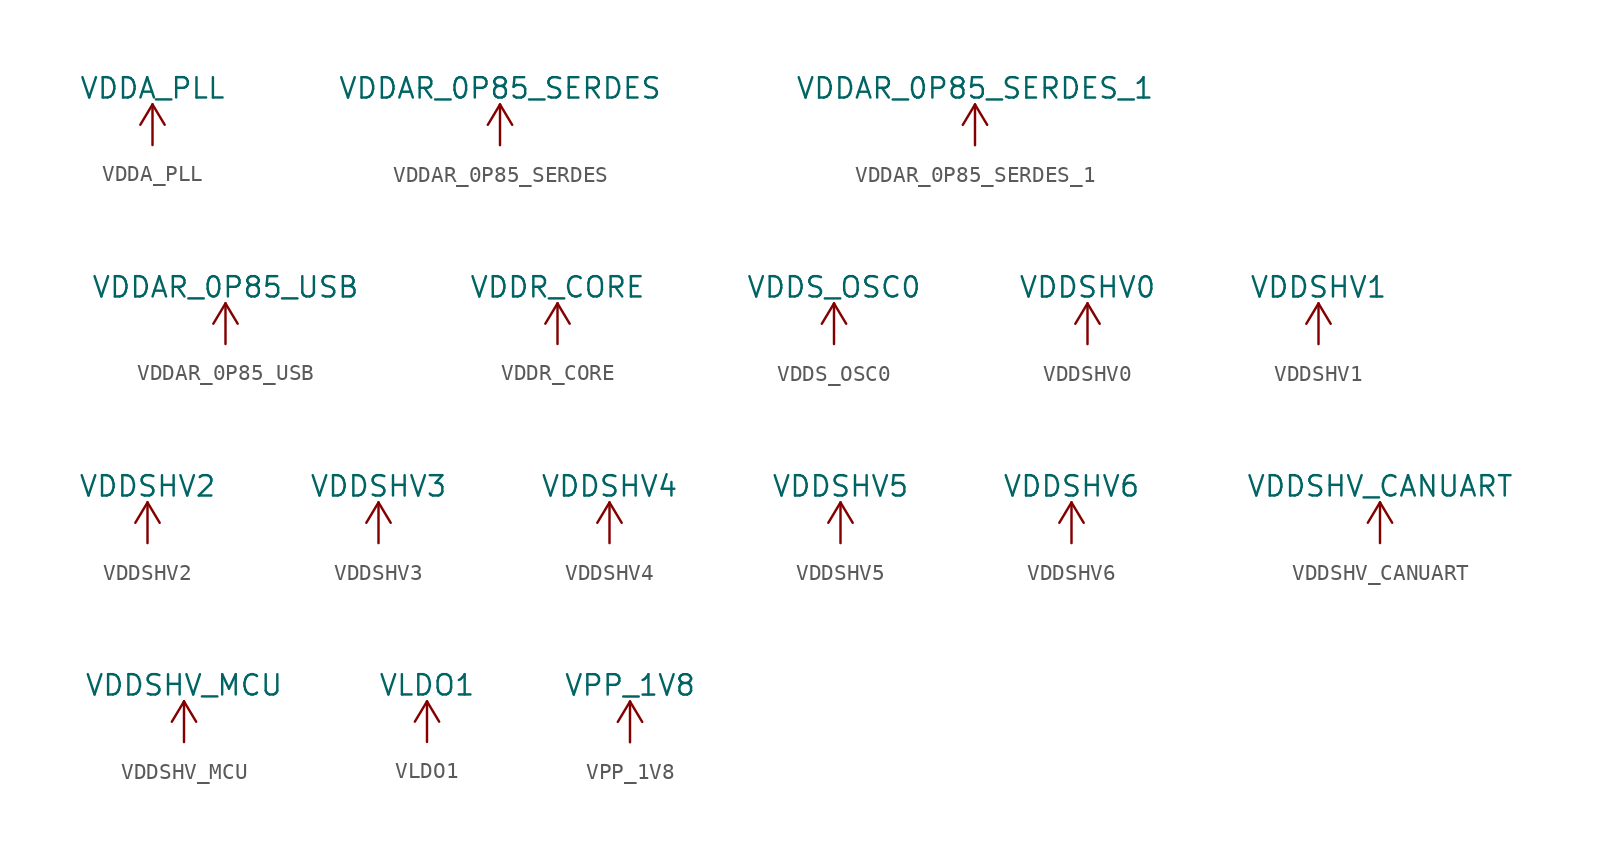
<source format=kicad_sym>
(kicad_symbol_lib
  (version 20220914)
  (generator kicad_symbol_editor)
  (symbol "VDDA_PLL"
    (power)
    (pin_numbers hide)
    (pin_names hide)
    (property "Reference" "#PWR"
      (at -4.318 -1.016 0)
      (effects (font (size 1.27 1.27)) hide))
    (property "Value" "VDDA_PLL"
      (at 0 3.556 0)
      (effects (font (size 1.27 1.27))))
    (symbol "VDDA_PLL_0_1"
      (polyline (pts (xy -0.762 1.27) (xy 0 2.54)) (stroke (width 0) (type default)) (fill (type none)))
      (polyline (pts (xy 0 0) (xy 0 2.54)) (stroke (width 0) (type default)) (fill (type none)))
      (polyline (pts (xy 0 2.54) (xy 0.762 1.27)) (stroke (width 0) (type default)) (fill (type none))))
    (symbol "VDDA_PLL_1_1"
      (pin power_in line (at 0 0 90) (length 0) hide (name "VDDA_PLL" (effects (font (size 1.27 1.27)))) (number "1" (effects (font (size 1.27 1.27)))))))
  (symbol "VDDAR_0P85_SERDES"
    (power)
    (pin_numbers hide)
    (pin_names hide)
    (property "Reference" "#PWR"
      (at -4.318 -1.016 0)
      (effects (font (size 1.27 1.27)) hide))
    (property "Value" "VDDAR_0P85_SERDES"
      (at 0 3.556 0)
      (effects (font (size 1.27 1.27))))
    (symbol "VDDAR_0P85_SERDES_0_1"
      (polyline (pts (xy -0.762 1.27) (xy 0 2.54)) (stroke (width 0) (type default)) (fill (type none)))
      (polyline (pts (xy 0 0) (xy 0 2.54)) (stroke (width 0) (type default)) (fill (type none)))
      (polyline (pts (xy 0 2.54) (xy 0.762 1.27)) (stroke (width 0) (type default)) (fill (type none))))
    (symbol "VDDAR_0P85_SERDES_1_1"
      (pin power_in line (at 0 0 90) (length 0) hide (name "VDDAR_0P85_SERDES" (effects (font (size 1.27 1.27)))) (number "1" (effects (font (size 1.27 1.27)))))))
  (symbol "VDDAR_0P85_SERDES_1"
    (power)
    (pin_numbers hide)
    (pin_names hide)
    (property "Reference" "#PWR"
      (at -4.318 -1.016 0)
      (effects (font (size 1.27 1.27)) hide))
    (property "Value" "VDDAR_0P85_SERDES_1"
      (at 0 3.556 0)
      (effects (font (size 1.27 1.27))))
    (symbol "VDDAR_0P85_SERDES_1_0_1"
      (polyline (pts (xy -0.762 1.27) (xy 0 2.54)) (stroke (width 0) (type default)) (fill (type none)))
      (polyline (pts (xy 0 0) (xy 0 2.54)) (stroke (width 0) (type default)) (fill (type none)))
      (polyline (pts (xy 0 2.54) (xy 0.762 1.27)) (stroke (width 0) (type default)) (fill (type none))))
    (symbol "VDDAR_0P85_SERDES_1_1_1"
      (pin power_in line (at 0 0 90) (length 0) hide (name "VDDAR_0P85_SERDES_1" (effects (font (size 1.27 1.27)))) (number "1" (effects (font (size 1.27 1.27)))))))
  (symbol "VDDAR_0P85_USB"
    (power)
    (pin_numbers hide)
    (pin_names hide)
    (property "Reference" "#PWR"
      (at -4.318 -1.016 0)
      (effects (font (size 1.27 1.27)) hide))
    (property "Value" "VDDAR_0P85_USB"
      (at 0 3.556 0)
      (effects (font (size 1.27 1.27))))
    (symbol "VDDAR_0P85_USB_0_1"
      (polyline (pts (xy -0.762 1.27) (xy 0 2.54)) (stroke (width 0) (type default)) (fill (type none)))
      (polyline (pts (xy 0 0) (xy 0 2.54)) (stroke (width 0) (type default)) (fill (type none)))
      (polyline (pts (xy 0 2.54) (xy 0.762 1.27)) (stroke (width 0) (type default)) (fill (type none))))
    (symbol "VDDAR_0P85_USB_1_1"
      (pin power_in line (at 0 0 90) (length 0) hide (name "VDDAR_0P85_USB" (effects (font (size 1.27 1.27)))) (number "1" (effects (font (size 1.27 1.27)))))))
  (symbol "VDDR_CORE"
    (power)
    (pin_numbers hide)
    (pin_names hide)
    (property "Reference" "#PWR"
      (at -4.318 -1.016 0)
      (effects (font (size 1.27 1.27)) hide))
    (property "Value" "VDDR_CORE"
      (at 0 3.556 0)
      (effects (font (size 1.27 1.27))))
    (symbol "VDDR_CORE_0_1"
      (polyline (pts (xy -0.762 1.27) (xy 0 2.54)) (stroke (width 0) (type default)) (fill (type none)))
      (polyline (pts (xy 0 0) (xy 0 2.54)) (stroke (width 0) (type default)) (fill (type none)))
      (polyline (pts (xy 0 2.54) (xy 0.762 1.27)) (stroke (width 0) (type default)) (fill (type none))))
    (symbol "VDDR_CORE_1_1"
      (pin power_in line (at 0 0 90) (length 0) hide (name "VDDR_CORE" (effects (font (size 1.27 1.27)))) (number "1" (effects (font (size 1.27 1.27)))))))
  (symbol "VDDS_OSC0"
    (power)
    (pin_numbers hide)
    (pin_names hide)
    (property "Reference" "#PWR"
      (at -4.318 -1.016 0)
      (effects (font (size 1.27 1.27)) hide))
    (property "Value" "VDDS_OSC0"
      (at 0 3.556 0)
      (effects (font (size 1.27 1.27))))
    (symbol "VDDS_OSC0_0_1"
      (polyline (pts (xy -0.762 1.27) (xy 0 2.54)) (stroke (width 0) (type default)) (fill (type none)))
      (polyline (pts (xy 0 0) (xy 0 2.54)) (stroke (width 0) (type default)) (fill (type none)))
      (polyline (pts (xy 0 2.54) (xy 0.762 1.27)) (stroke (width 0) (type default)) (fill (type none))))
    (symbol "VDDS_OSC0_1_1"
      (pin power_in line (at 0 0 90) (length 0) hide (name "VDDS_OSC0" (effects (font (size 1.27 1.27)))) (number "1" (effects (font (size 1.27 1.27)))))))
  (symbol "VDDSHV0"
    (power)
    (pin_numbers hide)
    (pin_names hide)
    (property "Reference" "#PWR"
      (at -4.318 -1.016 0)
      (effects (font (size 1.27 1.27)) hide))
    (property "Value" "VDDSHV0"
      (at 0 3.556 0)
      (effects (font (size 1.27 1.27))))
    (symbol "VDDSHV0_0_1"
      (polyline (pts (xy -0.762 1.27) (xy 0 2.54)) (stroke (width 0) (type default)) (fill (type none)))
      (polyline (pts (xy 0 0) (xy 0 2.54)) (stroke (width 0) (type default)) (fill (type none)))
      (polyline (pts (xy 0 2.54) (xy 0.762 1.27)) (stroke (width 0) (type default)) (fill (type none))))
    (symbol "VDDSHV0_1_1"
      (pin power_in line (at 0 0 90) (length 0) hide (name "VDDSHV0" (effects (font (size 1.27 1.27)))) (number "1" (effects (font (size 1.27 1.27)))))))
  (symbol "VDDSHV1"
    (power)
    (pin_numbers hide)
    (pin_names hide)
    (property "Reference" "#PWR"
      (at -4.318 -1.016 0)
      (effects (font (size 1.27 1.27)) hide))
    (property "Value" "VDDSHV1"
      (at 0 3.556 0)
      (effects (font (size 1.27 1.27))))
    (symbol "VDDSHV1_0_1"
      (polyline (pts (xy -0.762 1.27) (xy 0 2.54)) (stroke (width 0) (type default)) (fill (type none)))
      (polyline (pts (xy 0 0) (xy 0 2.54)) (stroke (width 0) (type default)) (fill (type none)))
      (polyline (pts (xy 0 2.54) (xy 0.762 1.27)) (stroke (width 0) (type default)) (fill (type none))))
    (symbol "VDDSHV1_1_1"
      (pin power_in line (at 0 0 90) (length 0) hide (name "VDDSHV1" (effects (font (size 1.27 1.27)))) (number "1" (effects (font (size 1.27 1.27)))))))
  (symbol "VDDSHV2"
    (power)
    (pin_numbers hide)
    (pin_names hide)
    (property "Reference" "#PWR"
      (at -4.318 -1.016 0)
      (effects (font (size 1.27 1.27)) hide))
    (property "Value" "VDDSHV2"
      (at 0 3.556 0)
      (effects (font (size 1.27 1.27))))
    (symbol "VDDSHV2_0_1"
      (polyline (pts (xy -0.762 1.27) (xy 0 2.54)) (stroke (width 0) (type default)) (fill (type none)))
      (polyline (pts (xy 0 0) (xy 0 2.54)) (stroke (width 0) (type default)) (fill (type none)))
      (polyline (pts (xy 0 2.54) (xy 0.762 1.27)) (stroke (width 0) (type default)) (fill (type none))))
    (symbol "VDDSHV2_1_1"
      (pin power_in line (at 0 0 90) (length 0) hide (name "VDDSHV2" (effects (font (size 1.27 1.27)))) (number "1" (effects (font (size 1.27 1.27)))))))
  (symbol "VDDSHV3"
    (power)
    (pin_numbers hide)
    (pin_names hide)
    (property "Reference" "#PWR"
      (at -4.318 -1.016 0)
      (effects (font (size 1.27 1.27)) hide))
    (property "Value" "VDDSHV3"
      (at 0 3.556 0)
      (effects (font (size 1.27 1.27))))
    (symbol "VDDSHV3_0_1"
      (polyline (pts (xy -0.762 1.27) (xy 0 2.54)) (stroke (width 0) (type default)) (fill (type none)))
      (polyline (pts (xy 0 0) (xy 0 2.54)) (stroke (width 0) (type default)) (fill (type none)))
      (polyline (pts (xy 0 2.54) (xy 0.762 1.27)) (stroke (width 0) (type default)) (fill (type none))))
    (symbol "VDDSHV3_1_1"
      (pin power_in line (at 0 0 90) (length 0) hide (name "VDDSHV3" (effects (font (size 1.27 1.27)))) (number "1" (effects (font (size 1.27 1.27)))))))
  (symbol "VDDSHV4"
    (power)
    (pin_numbers hide)
    (pin_names hide)
    (property "Reference" "#PWR"
      (at -4.318 -1.016 0)
      (effects (font (size 1.27 1.27)) hide))
    (property "Value" "VDDSHV4"
      (at 0 3.556 0)
      (effects (font (size 1.27 1.27))))
    (symbol "VDDSHV4_0_1"
      (polyline (pts (xy -0.762 1.27) (xy 0 2.54)) (stroke (width 0) (type default)) (fill (type none)))
      (polyline (pts (xy 0 0) (xy 0 2.54)) (stroke (width 0) (type default)) (fill (type none)))
      (polyline (pts (xy 0 2.54) (xy 0.762 1.27)) (stroke (width 0) (type default)) (fill (type none))))
    (symbol "VDDSHV4_1_1"
      (pin power_in line (at 0 0 90) (length 0) hide (name "VDDSHV4" (effects (font (size 1.27 1.27)))) (number "1" (effects (font (size 1.27 1.27)))))))
  (symbol "VDDSHV5"
    (power)
    (pin_numbers hide)
    (pin_names hide)
    (property "Reference" "#PWR"
      (at -4.318 -1.016 0)
      (effects (font (size 1.27 1.27)) hide))
    (property "Value" "VDDSHV5"
      (at 0 3.556 0)
      (effects (font (size 1.27 1.27))))
    (symbol "VDDSHV5_0_1"
      (polyline (pts (xy -0.762 1.27) (xy 0 2.54)) (stroke (width 0) (type default)) (fill (type none)))
      (polyline (pts (xy 0 0) (xy 0 2.54)) (stroke (width 0) (type default)) (fill (type none)))
      (polyline (pts (xy 0 2.54) (xy 0.762 1.27)) (stroke (width 0) (type default)) (fill (type none))))
    (symbol "VDDSHV5_1_1"
      (pin power_in line (at 0 0 90) (length 0) hide (name "VDDSHV5" (effects (font (size 1.27 1.27)))) (number "1" (effects (font (size 1.27 1.27)))))))
  (symbol "VDDSHV6"
    (power)
    (pin_numbers hide)
    (pin_names hide)
    (property "Reference" "#PWR"
      (at -4.318 -1.016 0)
      (effects (font (size 1.27 1.27)) hide))
    (property "Value" "VDDSHV6"
      (at 0 3.556 0)
      (effects (font (size 1.27 1.27))))
    (symbol "VDDSHV6_0_1"
      (polyline (pts (xy -0.762 1.27) (xy 0 2.54)) (stroke (width 0) (type default)) (fill (type none)))
      (polyline (pts (xy 0 0) (xy 0 2.54)) (stroke (width 0) (type default)) (fill (type none)))
      (polyline (pts (xy 0 2.54) (xy 0.762 1.27)) (stroke (width 0) (type default)) (fill (type none))))
    (symbol "VDDSHV6_1_1"
      (pin power_in line (at 0 0 90) (length 0) hide (name "VDDSHV6" (effects (font (size 1.27 1.27)))) (number "1" (effects (font (size 1.27 1.27)))))))
  (symbol "VDDSHV_CANUART"
    (power)
    (pin_numbers hide)
    (pin_names hide)
    (property "Reference" "#PWR"
      (at -4.318 -1.016 0)
      (effects (font (size 1.27 1.27)) hide))
    (property "Value" "VDDSHV_CANUART"
      (at 0 3.556 0)
      (effects (font (size 1.27 1.27))))
    (symbol "VDDSHV_CANUART_0_1"
      (polyline (pts (xy -0.762 1.27) (xy 0 2.54)) (stroke (width 0) (type default)) (fill (type none)))
      (polyline (pts (xy 0 0) (xy 0 2.54)) (stroke (width 0) (type default)) (fill (type none)))
      (polyline (pts (xy 0 2.54) (xy 0.762 1.27)) (stroke (width 0) (type default)) (fill (type none))))
    (symbol "VDDSHV_CANUART_1_1"
      (pin power_in line (at 0 0 90) (length 0) hide (name "VDDSHV_CANUART" (effects (font (size 1.27 1.27)))) (number "1" (effects (font (size 1.27 1.27)))))))
  (symbol "VDDSHV_MCU"
    (power)
    (pin_numbers hide)
    (pin_names hide)
    (property "Reference" "#PWR"
      (at -4.318 -1.016 0)
      (effects (font (size 1.27 1.27)) hide))
    (property "Value" "VDDSHV_MCU"
      (at 0 3.556 0)
      (effects (font (size 1.27 1.27))))
    (symbol "VDDSHV_MCU_0_1"
      (polyline (pts (xy -0.762 1.27) (xy 0 2.54)) (stroke (width 0) (type default)) (fill (type none)))
      (polyline (pts (xy 0 0) (xy 0 2.54)) (stroke (width 0) (type default)) (fill (type none)))
      (polyline (pts (xy 0 2.54) (xy 0.762 1.27)) (stroke (width 0) (type default)) (fill (type none))))
    (symbol "VDDSHV_MCU_1_1"
      (pin power_in line (at 0 0 90) (length 0) hide (name "VDDSHV_MCU" (effects (font (size 1.27 1.27)))) (number "1" (effects (font (size 1.27 1.27)))))))
  (symbol "VLDO1"
    (power)
    (pin_numbers hide)
    (pin_names hide)
    (property "Reference" "#PWR"
      (at 0 -12.446 90)
      (effects (font (size 1.27 1.27)) hide))
    (property "Value" "VLDO1"
      (at 0 3.556 0)
      (effects (font (size 1.27 1.27))))
    (symbol "VLDO1_0_1"
      (polyline (pts (xy -0.762 1.27) (xy 0 2.54)) (stroke (width 0) (type default)) (fill (type none)))
      (polyline (pts (xy 0 0) (xy 0 2.54)) (stroke (width 0) (type default)) (fill (type none)))
      (polyline (pts (xy 0 2.54) (xy 0.762 1.27)) (stroke (width 0) (type default)) (fill (type none))))
    (symbol "VLDO1_1_1"
      (pin power_in line (at 0 0 90) (length 0) hide (name "VLDO1" (effects (font (size 1.27 1.27)))) (number "1" (effects (font (size 1.27 1.27)))))))
  (symbol "VPP_1V8"
    (power)
    (pin_numbers hide)
    (pin_names hide)
    (property "Reference" "#PWR"
      (at -4.318 -1.016 0)
      (effects (font (size 1.27 1.27)) hide))
    (property "Value" "VPP_1V8"
      (at 0 3.556 0)
      (effects (font (size 1.27 1.27))))
    (symbol "VPP_1V8_0_1"
      (polyline (pts (xy -0.762 1.27) (xy 0 2.54)) (stroke (width 0) (type default)) (fill (type none)))
      (polyline (pts (xy 0 0) (xy 0 2.54)) (stroke (width 0) (type default)) (fill (type none)))
      (polyline (pts (xy 0 2.54) (xy 0.762 1.27)) (stroke (width 0) (type default)) (fill (type none))))
    (symbol "VPP_1V8_1_1"
      (pin power_in line (at 0 0 90) (length 0) hide (name "VPP_1V8" (effects (font (size 1.27 1.27)))) (number "1" (effects (font (size 1.27 1.27))))))))
</source>
